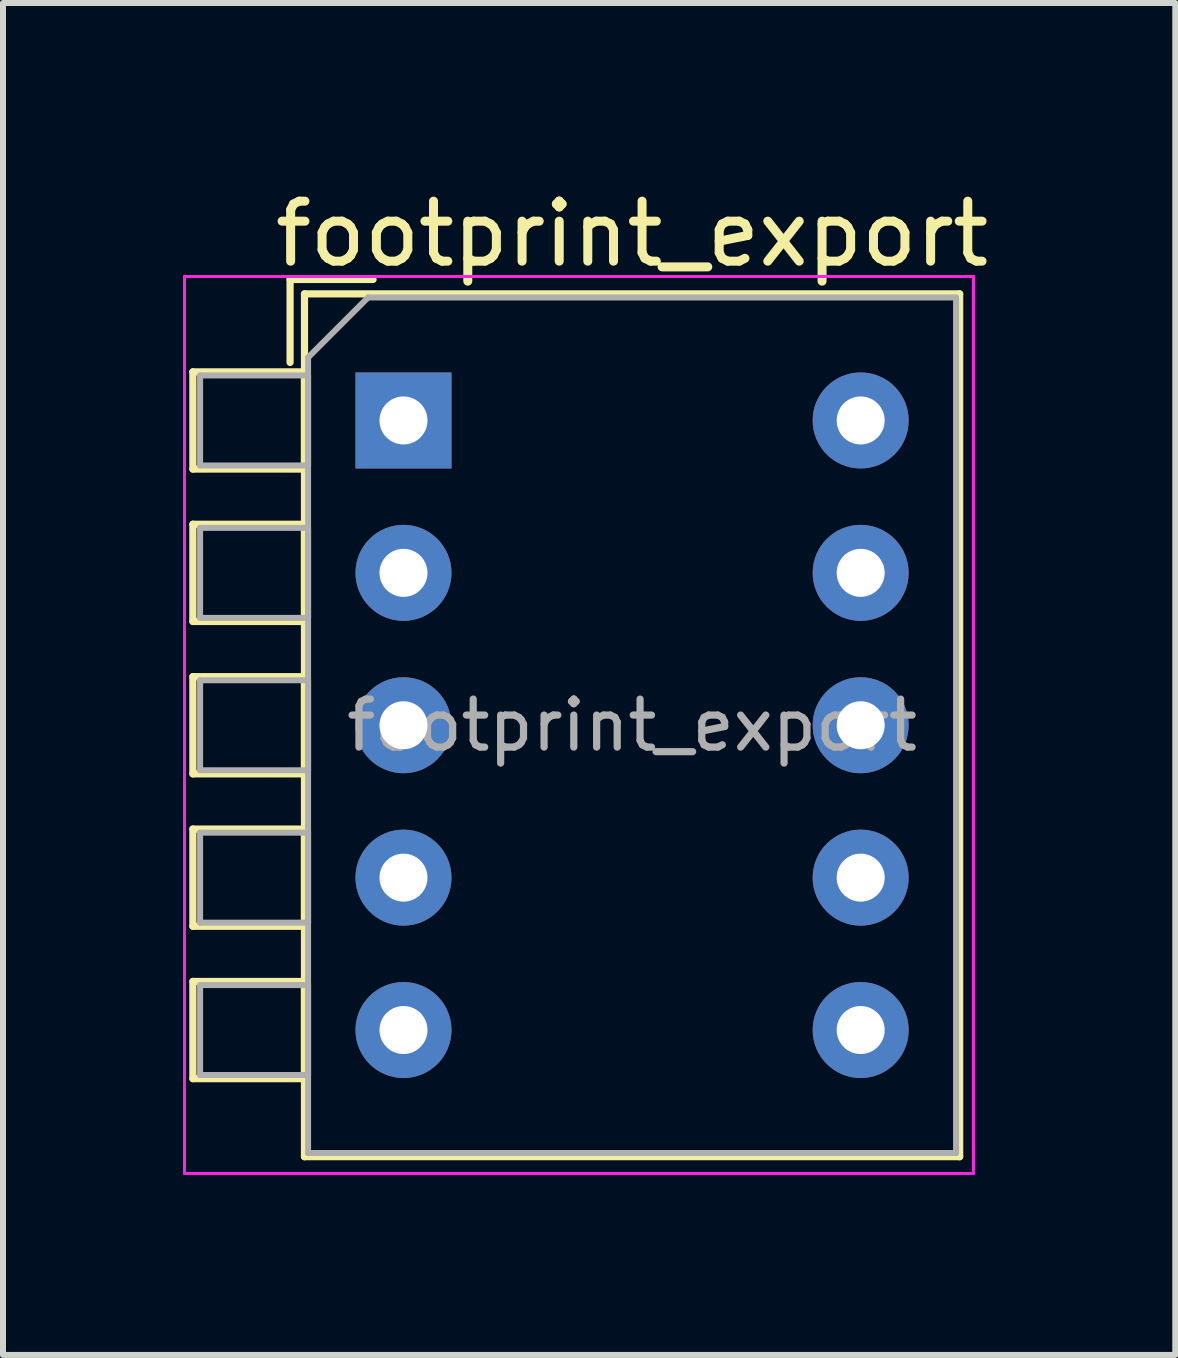
<source format=kicad_pcb>
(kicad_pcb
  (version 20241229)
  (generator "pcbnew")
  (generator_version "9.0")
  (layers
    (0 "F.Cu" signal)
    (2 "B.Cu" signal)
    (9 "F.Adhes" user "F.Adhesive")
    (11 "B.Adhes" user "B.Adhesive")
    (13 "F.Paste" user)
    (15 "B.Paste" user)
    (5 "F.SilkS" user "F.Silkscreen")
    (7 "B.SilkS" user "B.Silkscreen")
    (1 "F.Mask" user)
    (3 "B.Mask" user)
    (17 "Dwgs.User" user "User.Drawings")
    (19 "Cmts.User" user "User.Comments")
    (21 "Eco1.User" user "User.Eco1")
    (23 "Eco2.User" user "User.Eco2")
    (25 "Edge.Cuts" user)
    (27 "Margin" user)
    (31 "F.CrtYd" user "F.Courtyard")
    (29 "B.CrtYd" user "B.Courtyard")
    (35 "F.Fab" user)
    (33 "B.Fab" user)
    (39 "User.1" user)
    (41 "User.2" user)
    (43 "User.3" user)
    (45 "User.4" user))
  (footprint "footprint_export"
    (layer "F.Cu")
    (at 3.675 3.958)
    (property "Reference" "footprint_export" (at 3.81 -3.11 0) (layer "F.SilkS") (effects (font (size 1 1) (thickness 0.15))))
    (attr through_hole)
    (fp_line (start -3.51 -0.81) (end -3.51 0.81) (stroke (width 0.12) (type solid)) (layer "F.SilkS"))
    (fp_line (start -3.51 -0.81) (end -1.65 -0.81) (stroke (width 0.12) (type solid)) (layer "F.SilkS"))
    (fp_line (start -3.51 0.81) (end -1.65 0.81) (stroke (width 0.12) (type solid)) (layer "F.SilkS"))
    (fp_line (start -3.51 1.73) (end -3.51 3.35) (stroke (width 0.12) (type solid)) (layer "F.SilkS"))
    (fp_line (start -3.51 1.73) (end -1.65 1.73) (stroke (width 0.12) (type solid)) (layer "F.SilkS"))
    (fp_line (start -3.51 3.35) (end -1.65 3.35) (stroke (width 0.12) (type solid)) (layer "F.SilkS"))
    (fp_line (start -3.51 4.27) (end -3.51 5.89) (stroke (width 0.12) (type solid)) (layer "F.SilkS"))
    (fp_line (start -3.51 4.27) (end -1.65 4.27) (stroke (width 0.12) (type solid)) (layer "F.SilkS"))
    (fp_line (start -3.51 5.89) (end -1.65 5.89) (stroke (width 0.12) (type solid)) (layer "F.SilkS"))
    (fp_line (start -3.51 6.81) (end -3.51 8.43) (stroke (width 0.12) (type solid)) (layer "F.SilkS"))
    (fp_line (start -3.51 6.81) (end -1.65 6.81) (stroke (width 0.12) (type solid)) (layer "F.SilkS"))
    (fp_line (start -3.51 8.43) (end -1.65 8.43) (stroke (width 0.12) (type solid)) (layer "F.SilkS"))
    (fp_line (start -3.51 9.35) (end -3.51 10.97) (stroke (width 0.12) (type solid)) (layer "F.SilkS"))
    (fp_line (start -3.51 9.35) (end -1.65 9.35) (stroke (width 0.12) (type solid)) (layer "F.SilkS"))
    (fp_line (start -3.51 10.97) (end -1.65 10.97) (stroke (width 0.12) (type solid)) (layer "F.SilkS"))
    (fp_line (start -1.89 -2.35) (end -1.89 -0.967) (stroke (width 0.12) (type solid)) (layer "F.SilkS"))
    (fp_line (start -1.89 -2.35) (end -0.507 -2.35) (stroke (width 0.12) (type solid)) (layer "F.SilkS"))
    (fp_line (start -1.65 -2.11) (end -1.65 12.271) (stroke (width 0.12) (type solid)) (layer "F.SilkS"))
    (fp_line (start -1.65 -2.11) (end 9.27 -2.11) (stroke (width 0.12) (type solid)) (layer "F.SilkS"))
    (fp_line (start -1.65 -0.81) (end -1.65 0.81) (stroke (width 0.12) (type solid)) (layer "F.SilkS"))
    (fp_line (start -1.65 1.73) (end -1.65 3.35) (stroke (width 0.12) (type solid)) (layer "F.SilkS"))
    (fp_line (start -1.65 4.27) (end -1.65 5.89) (stroke (width 0.12) (type solid)) (layer "F.SilkS"))
    (fp_line (start -1.65 6.81) (end -1.65 8.43) (stroke (width 0.12) (type solid)) (layer "F.SilkS"))
    (fp_line (start -1.65 9.35) (end -1.65 10.97) (stroke (width 0.12) (type solid)) (layer "F.SilkS"))
    (fp_line (start -1.65 12.271) (end 9.27 12.271) (stroke (width 0.12) (type solid)) (layer "F.SilkS"))
    (fp_line (start 9.27 -2.11) (end 9.27 12.271) (stroke (width 0.12) (type solid)) (layer "F.SilkS"))
    (fp_line (start -3.65 -2.4) (end -3.65 12.55) (stroke (width 0.05) (type solid)) (layer "F.CrtYd"))
    (fp_line (start -3.65 12.55) (end 9.5 12.55) (stroke (width 0.05) (type solid)) (layer "F.CrtYd"))
    (fp_line (start 9.5 -2.4) (end -3.65 -2.4) (stroke (width 0.05) (type solid)) (layer "F.CrtYd"))
    (fp_line (start 9.5 12.55) (end 9.5 -2.4) (stroke (width 0.05) (type solid)) (layer "F.CrtYd"))
    (fp_line (start -3.39 -0.75) (end -1.59 -0.75) (stroke (width 0.1) (type solid)) (layer "F.Fab"))
    (fp_line (start -3.39 0.75) (end -3.39 -0.75) (stroke (width 0.1) (type solid)) (layer "F.Fab"))
    (fp_line (start -3.39 1.79) (end -1.59 1.79) (stroke (width 0.1) (type solid)) (layer "F.Fab"))
    (fp_line (start -3.39 3.29) (end -3.39 1.79) (stroke (width 0.1) (type solid)) (layer "F.Fab"))
    (fp_line (start -3.39 4.33) (end -1.59 4.33) (stroke (width 0.1) (type solid)) (layer "F.Fab"))
    (fp_line (start -3.39 5.83) (end -3.39 4.33) (stroke (width 0.1) (type solid)) (layer "F.Fab"))
    (fp_line (start -3.39 6.87) (end -1.59 6.87) (stroke (width 0.1) (type solid)) (layer "F.Fab"))
    (fp_line (start -3.39 8.37) (end -3.39 6.87) (stroke (width 0.1) (type solid)) (layer "F.Fab"))
    (fp_line (start -3.39 9.41) (end -1.59 9.41) (stroke (width 0.1) (type solid)) (layer "F.Fab"))
    (fp_line (start -3.39 10.91) (end -3.39 9.41) (stroke (width 0.1) (type solid)) (layer "F.Fab"))
    (fp_line (start -1.59 -1.05) (end -0.59 -2.05) (stroke (width 0.1) (type solid)) (layer "F.Fab"))
    (fp_line (start -1.59 -0.75) (end -1.59 0.75) (stroke (width 0.1) (type solid)) (layer "F.Fab"))
    (fp_line (start -1.59 0.75) (end -3.39 0.75) (stroke (width 0.1) (type solid)) (layer "F.Fab"))
    (fp_line (start -1.59 1.79) (end -1.59 3.29) (stroke (width 0.1) (type solid)) (layer "F.Fab"))
    (fp_line (start -1.59 3.29) (end -3.39 3.29) (stroke (width 0.1) (type solid)) (layer "F.Fab"))
    (fp_line (start -1.59 4.33) (end -1.59 5.83) (stroke (width 0.1) (type solid)) (layer "F.Fab"))
    (fp_line (start -1.59 5.83) (end -3.39 5.83) (stroke (width 0.1) (type solid)) (layer "F.Fab"))
    (fp_line (start -1.59 6.87) (end -1.59 8.37) (stroke (width 0.1) (type solid)) (layer "F.Fab"))
    (fp_line (start -1.59 8.37) (end -3.39 8.37) (stroke (width 0.1) (type solid)) (layer "F.Fab"))
    (fp_line (start -1.59 9.41) (end -1.59 10.91) (stroke (width 0.1) (type solid)) (layer "F.Fab"))
    (fp_line (start -1.59 10.91) (end -3.39 10.91) (stroke (width 0.1) (type solid)) (layer "F.Fab"))
    (fp_line (start -1.59 12.21) (end -1.59 -1.05) (stroke (width 0.1) (type solid)) (layer "F.Fab"))
    (fp_line (start -0.59 -2.05) (end 9.21 -2.05) (stroke (width 0.1) (type solid)) (layer "F.Fab"))
    (fp_line (start 9.21 -2.05) (end 9.21 12.21) (stroke (width 0.1) (type solid)) (layer "F.Fab"))
    (fp_line (start 9.21 12.21) (end -1.59 12.21) (stroke (width 0.1) (type solid)) (layer "F.Fab"))
    (fp_text user "${REFERENCE}" (at 3.81 5.08 0) (layer "F.Fab") (effects (font (size 0.8 0.8) (thickness 0.12))))
    (pad "1" thru_hole rect (at 0 0) (size 1.6 1.6) (drill 0.8) (layers "*.Cu" "*.Mask"))
    (pad "2" thru_hole oval (at 0 2.54) (size 1.6 1.6) (drill 0.8) (layers "*.Cu" "*.Mask"))
    (pad "3" thru_hole oval (at 0 5.08) (size 1.6 1.6) (drill 0.8) (layers "*.Cu" "*.Mask"))
    (pad "4" thru_hole oval (at 0 7.62) (size 1.6 1.6) (drill 0.8) (layers "*.Cu" "*.Mask"))
    (pad "5" thru_hole oval (at 0 10.16) (size 1.6 1.6) (drill 0.8) (layers "*.Cu" "*.Mask"))
    (pad "6" thru_hole oval (at 7.62 10.16) (size 1.6 1.6) (drill 0.8) (layers "*.Cu" "*.Mask"))
    (pad "7" thru_hole oval (at 7.62 7.62) (size 1.6 1.6) (drill 0.8) (layers "*.Cu" "*.Mask"))
    (pad "8" thru_hole oval (at 7.62 5.08) (size 1.6 1.6) (drill 0.8) (layers "*.Cu" "*.Mask"))
    (pad "9" thru_hole oval (at 7.62 2.54) (size 1.6 1.6) (drill 0.8) (layers "*.Cu" "*.Mask"))
    (pad "10" thru_hole oval (at 7.62 0) (size 1.6 1.6) (drill 0.8) (layers "*.Cu" "*.Mask")))
  (gr_rect
    (start -3 -3)
    (end 16.539 19.533)
    (stroke (width 0.1) (type default))
    (fill no)
    (layer "Edge.Cuts")))
</source>
